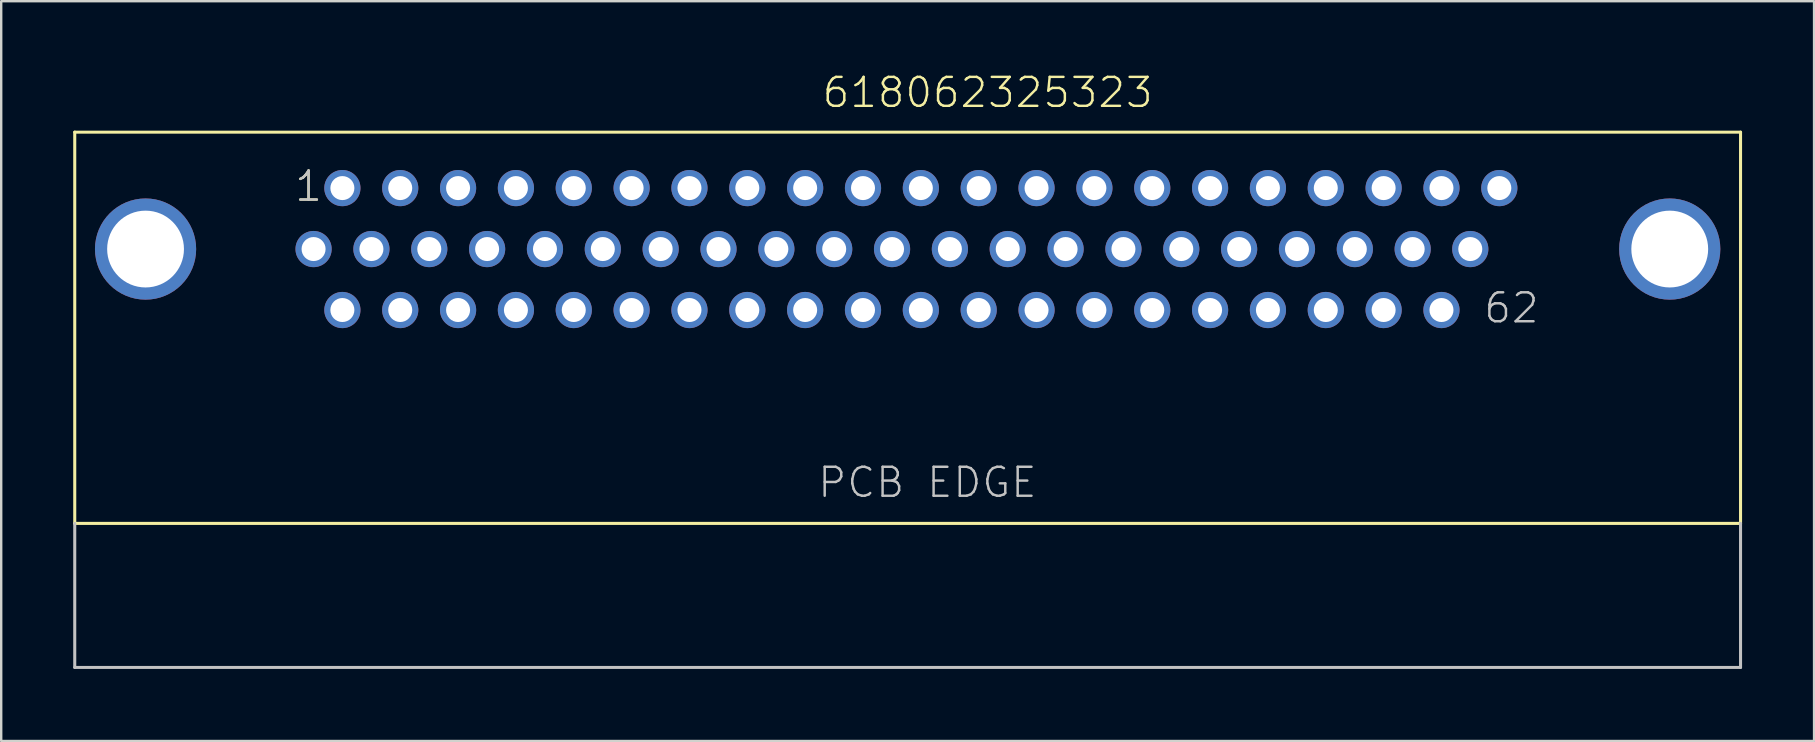
<source format=kicad_pcb>
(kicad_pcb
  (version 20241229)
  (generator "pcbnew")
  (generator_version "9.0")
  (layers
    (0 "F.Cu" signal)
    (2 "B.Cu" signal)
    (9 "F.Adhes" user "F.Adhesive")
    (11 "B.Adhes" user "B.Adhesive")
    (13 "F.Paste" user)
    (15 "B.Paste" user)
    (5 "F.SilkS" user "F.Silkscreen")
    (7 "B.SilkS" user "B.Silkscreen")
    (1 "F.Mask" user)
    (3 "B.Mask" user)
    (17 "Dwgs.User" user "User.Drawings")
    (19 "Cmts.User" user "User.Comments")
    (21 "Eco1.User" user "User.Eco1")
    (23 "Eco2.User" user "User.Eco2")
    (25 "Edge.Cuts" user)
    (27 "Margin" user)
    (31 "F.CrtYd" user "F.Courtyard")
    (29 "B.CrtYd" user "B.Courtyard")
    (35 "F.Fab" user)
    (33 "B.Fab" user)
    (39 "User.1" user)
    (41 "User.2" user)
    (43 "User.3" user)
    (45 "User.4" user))
  (footprint "618062325323"
    (layer "F.Cu")
    (at 34.764 7.326)
    (property "Reference" "618062325323" (at -3.625 -5.815 0) (layer "F.SilkS") (effects (font (size 1.206 1.206) (thickness 0.102)) (justify left bottom)))
    (attr through_hole)
    (fp_line (start -34.7 -4.87) (end 34.7 -4.87) (stroke (width 0.127) (type solid)) (layer "F.SilkS"))
    (fp_line (start -34.7 11.43) (end -34.7 -4.87) (stroke (width 0.127) (type solid)) (layer "F.SilkS"))
    (fp_line (start 34.7 -4.87) (end 34.7 11.43) (stroke (width 0.127) (type solid)) (layer "F.SilkS"))
    (fp_line (start 34.7 11.43) (end -34.7 11.43) (stroke (width 0.127) (type solid)) (layer "F.SilkS"))
    (fp_line (start -34.7 17.43) (end -34.7 11.43) (stroke (width 0.127) (type solid)) (layer "Dwgs.User"))
    (fp_line (start 34.7 11.43) (end 34.7 17.43) (stroke (width 0.127) (type solid)) (layer "Dwgs.User"))
    (fp_line (start 34.7 17.43) (end -34.7 17.43) (stroke (width 0.127) (type solid)) (layer "Dwgs.User"))
    (fp_text user "1" (at -25.6 -1.91 0) (layer "F.SilkS") (effects (font (size 1.206 1.206) (thickness 0.102)) (justify left bottom)))
    (fp_text user "1" (at -25.6 -1.91 0) (layer "Dwgs.User") (effects (font (size 1.206 1.206) (thickness 0.102)) (justify left bottom)))
    (fp_text user "62" (at 23.94 3.16 0) (layer "Dwgs.User") (effects (font (size 1.206 1.206) (thickness 0.102)) (justify left bottom)))
    (fp_text user "PCB EDGE" (at -3.81 10.43 0) (layer "Dwgs.User") (effects (font (size 1.206 1.206) (thickness 0.102)) (justify left bottom)))
    (pad "1" thru_hole circle (at -23.55 -2.54) (size 1.508 1.508) (drill 1) (layers "*.Cu" "*.Mask"))
    (pad "2" thru_hole circle (at -21.14 -2.54) (size 1.508 1.508) (drill 1) (layers "*.Cu" "*.Mask"))
    (pad "3" thru_hole circle (at -18.73 -2.54) (size 1.508 1.508) (drill 1) (layers "*.Cu" "*.Mask"))
    (pad "4" thru_hole circle (at -16.32 -2.54) (size 1.508 1.508) (drill 1) (layers "*.Cu" "*.Mask"))
    (pad "5" thru_hole circle (at -13.91 -2.54) (size 1.508 1.508) (drill 1) (layers "*.Cu" "*.Mask"))
    (pad "6" thru_hole circle (at -11.5 -2.54) (size 1.508 1.508) (drill 1) (layers "*.Cu" "*.Mask"))
    (pad "7" thru_hole circle (at -9.09 -2.54) (size 1.508 1.508) (drill 1) (layers "*.Cu" "*.Mask"))
    (pad "8" thru_hole circle (at -6.68 -2.54) (size 1.508 1.508) (drill 1) (layers "*.Cu" "*.Mask"))
    (pad "9" thru_hole circle (at -4.27 -2.54) (size 1.508 1.508) (drill 1) (layers "*.Cu" "*.Mask"))
    (pad "10" thru_hole circle (at -1.86 -2.54) (size 1.508 1.508) (drill 1) (layers "*.Cu" "*.Mask"))
    (pad "11" thru_hole circle (at 0.55 -2.54) (size 1.508 1.508) (drill 1) (layers "*.Cu" "*.Mask"))
    (pad "12" thru_hole circle (at 2.96 -2.54) (size 1.508 1.508) (drill 1) (layers "*.Cu" "*.Mask"))
    (pad "13" thru_hole circle (at 5.37 -2.54) (size 1.508 1.508) (drill 1) (layers "*.Cu" "*.Mask"))
    (pad "14" thru_hole circle (at 7.78 -2.54) (size 1.508 1.508) (drill 1) (layers "*.Cu" "*.Mask"))
    (pad "15" thru_hole circle (at 10.19 -2.54) (size 1.508 1.508) (drill 1) (layers "*.Cu" "*.Mask"))
    (pad "16" thru_hole circle (at 12.6 -2.54) (size 1.508 1.508) (drill 1) (layers "*.Cu" "*.Mask"))
    (pad "17" thru_hole circle (at 15.01 -2.54) (size 1.508 1.508) (drill 1) (layers "*.Cu" "*.Mask"))
    (pad "18" thru_hole circle (at 17.42 -2.54) (size 1.508 1.508) (drill 1) (layers "*.Cu" "*.Mask"))
    (pad "19" thru_hole circle (at 19.83 -2.54) (size 1.508 1.508) (drill 1) (layers "*.Cu" "*.Mask"))
    (pad "20" thru_hole circle (at 22.24 -2.54) (size 1.508 1.508) (drill 1) (layers "*.Cu" "*.Mask"))
    (pad "21" thru_hole circle (at 24.65 -2.54) (size 1.508 1.508) (drill 1) (layers "*.Cu" "*.Mask"))
    (pad "22" thru_hole circle (at -24.75 0) (size 1.508 1.508) (drill 1) (layers "*.Cu" "*.Mask"))
    (pad "23" thru_hole circle (at -22.34 0) (size 1.508 1.508) (drill 1) (layers "*.Cu" "*.Mask"))
    (pad "24" thru_hole circle (at -19.93 0) (size 1.508 1.508) (drill 1) (layers "*.Cu" "*.Mask"))
    (pad "25" thru_hole circle (at -17.52 0) (size 1.508 1.508) (drill 1) (layers "*.Cu" "*.Mask"))
    (pad "26" thru_hole circle (at -15.11 0) (size 1.508 1.508) (drill 1) (layers "*.Cu" "*.Mask"))
    (pad "27" thru_hole circle (at -12.7 0) (size 1.508 1.508) (drill 1) (layers "*.Cu" "*.Mask"))
    (pad "28" thru_hole circle (at -10.29 0) (size 1.508 1.508) (drill 1) (layers "*.Cu" "*.Mask"))
    (pad "29" thru_hole circle (at -7.88 0) (size 1.508 1.508) (drill 1) (layers "*.Cu" "*.Mask"))
    (pad "30" thru_hole circle (at -5.47 0) (size 1.508 1.508) (drill 1) (layers "*.Cu" "*.Mask"))
    (pad "31" thru_hole circle (at -3.06 0) (size 1.508 1.508) (drill 1) (layers "*.Cu" "*.Mask"))
    (pad "32" thru_hole circle (at -0.65 0) (size 1.508 1.508) (drill 1) (layers "*.Cu" "*.Mask"))
    (pad "33" thru_hole circle (at 1.76 0) (size 1.508 1.508) (drill 1) (layers "*.Cu" "*.Mask"))
    (pad "34" thru_hole circle (at 4.17 0) (size 1.508 1.508) (drill 1) (layers "*.Cu" "*.Mask"))
    (pad "35" thru_hole circle (at 6.58 0) (size 1.508 1.508) (drill 1) (layers "*.Cu" "*.Mask"))
    (pad "36" thru_hole circle (at 8.99 0) (size 1.508 1.508) (drill 1) (layers "*.Cu" "*.Mask"))
    (pad "37" thru_hole circle (at 11.4 0) (size 1.508 1.508) (drill 1) (layers "*.Cu" "*.Mask"))
    (pad "38" thru_hole circle (at 13.81 0) (size 1.508 1.508) (drill 1) (layers "*.Cu" "*.Mask"))
    (pad "39" thru_hole circle (at 16.22 0) (size 1.508 1.508) (drill 1) (layers "*.Cu" "*.Mask"))
    (pad "40" thru_hole circle (at 18.63 0) (size 1.508 1.508) (drill 1) (layers "*.Cu" "*.Mask"))
    (pad "41" thru_hole circle (at 21.04 0) (size 1.508 1.508) (drill 1) (layers "*.Cu" "*.Mask"))
    (pad "42" thru_hole circle (at 23.44 0) (size 1.508 1.508) (drill 1) (layers "*.Cu" "*.Mask"))
    (pad "43" thru_hole circle (at -23.55 2.54) (size 1.508 1.508) (drill 1) (layers "*.Cu" "*.Mask"))
    (pad "44" thru_hole circle (at -21.14 2.54) (size 1.508 1.508) (drill 1) (layers "*.Cu" "*.Mask"))
    (pad "45" thru_hole circle (at -18.73 2.54) (size 1.508 1.508) (drill 1) (layers "*.Cu" "*.Mask"))
    (pad "46" thru_hole circle (at -16.32 2.54) (size 1.508 1.508) (drill 1) (layers "*.Cu" "*.Mask"))
    (pad "47" thru_hole circle (at -13.91 2.54) (size 1.508 1.508) (drill 1) (layers "*.Cu" "*.Mask"))
    (pad "48" thru_hole circle (at -11.5 2.54) (size 1.508 1.508) (drill 1) (layers "*.Cu" "*.Mask"))
    (pad "49" thru_hole circle (at -9.09 2.54) (size 1.508 1.508) (drill 1) (layers "*.Cu" "*.Mask"))
    (pad "50" thru_hole circle (at -6.68 2.54) (size 1.508 1.508) (drill 1) (layers "*.Cu" "*.Mask"))
    (pad "51" thru_hole circle (at -4.27 2.54) (size 1.508 1.508) (drill 1) (layers "*.Cu" "*.Mask"))
    (pad "52" thru_hole circle (at -1.86 2.54) (size 1.508 1.508) (drill 1) (layers "*.Cu" "*.Mask"))
    (pad "53" thru_hole circle (at 0.55 2.54) (size 1.508 1.508) (drill 1) (layers "*.Cu" "*.Mask"))
    (pad "54" thru_hole circle (at 2.96 2.54) (size 1.508 1.508) (drill 1) (layers "*.Cu" "*.Mask"))
    (pad "55" thru_hole circle (at 5.37 2.54) (size 1.508 1.508) (drill 1) (layers "*.Cu" "*.Mask"))
    (pad "56" thru_hole circle (at 7.78 2.54) (size 1.508 1.508) (drill 1) (layers "*.Cu" "*.Mask"))
    (pad "57" thru_hole circle (at 10.19 2.54) (size 1.508 1.508) (drill 1) (layers "*.Cu" "*.Mask"))
    (pad "58" thru_hole circle (at 12.6 2.54) (size 1.508 1.508) (drill 1) (layers "*.Cu" "*.Mask"))
    (pad "59" thru_hole circle (at 15.01 2.54) (size 1.508 1.508) (drill 1) (layers "*.Cu" "*.Mask"))
    (pad "60" thru_hole circle (at 17.42 2.54) (size 1.508 1.508) (drill 1) (layers "*.Cu" "*.Mask"))
    (pad "61" thru_hole circle (at 19.83 2.54) (size 1.508 1.508) (drill 1) (layers "*.Cu" "*.Mask"))
    (pad "62" thru_hole circle (at 22.24 2.54) (size 1.508 1.508) (drill 1) (layers "*.Cu" "*.Mask"))
    (pad "SHEL" thru_hole circle (at -31.75 0) (size 4.216 4.216) (drill 3.2) (layers "*.Cu" "*.Mask"))
    (pad "SHEL" thru_hole circle (at 31.75 0) (size 4.216 4.216) (drill 3.2) (layers "*.Cu" "*.Mask")))
  (gr_rect
    (start -3 -3)
    (end 72.527 27.82)
    (stroke (width 0.1) (type default))
    (fill no)
    (layer "Edge.Cuts")))
</source>
